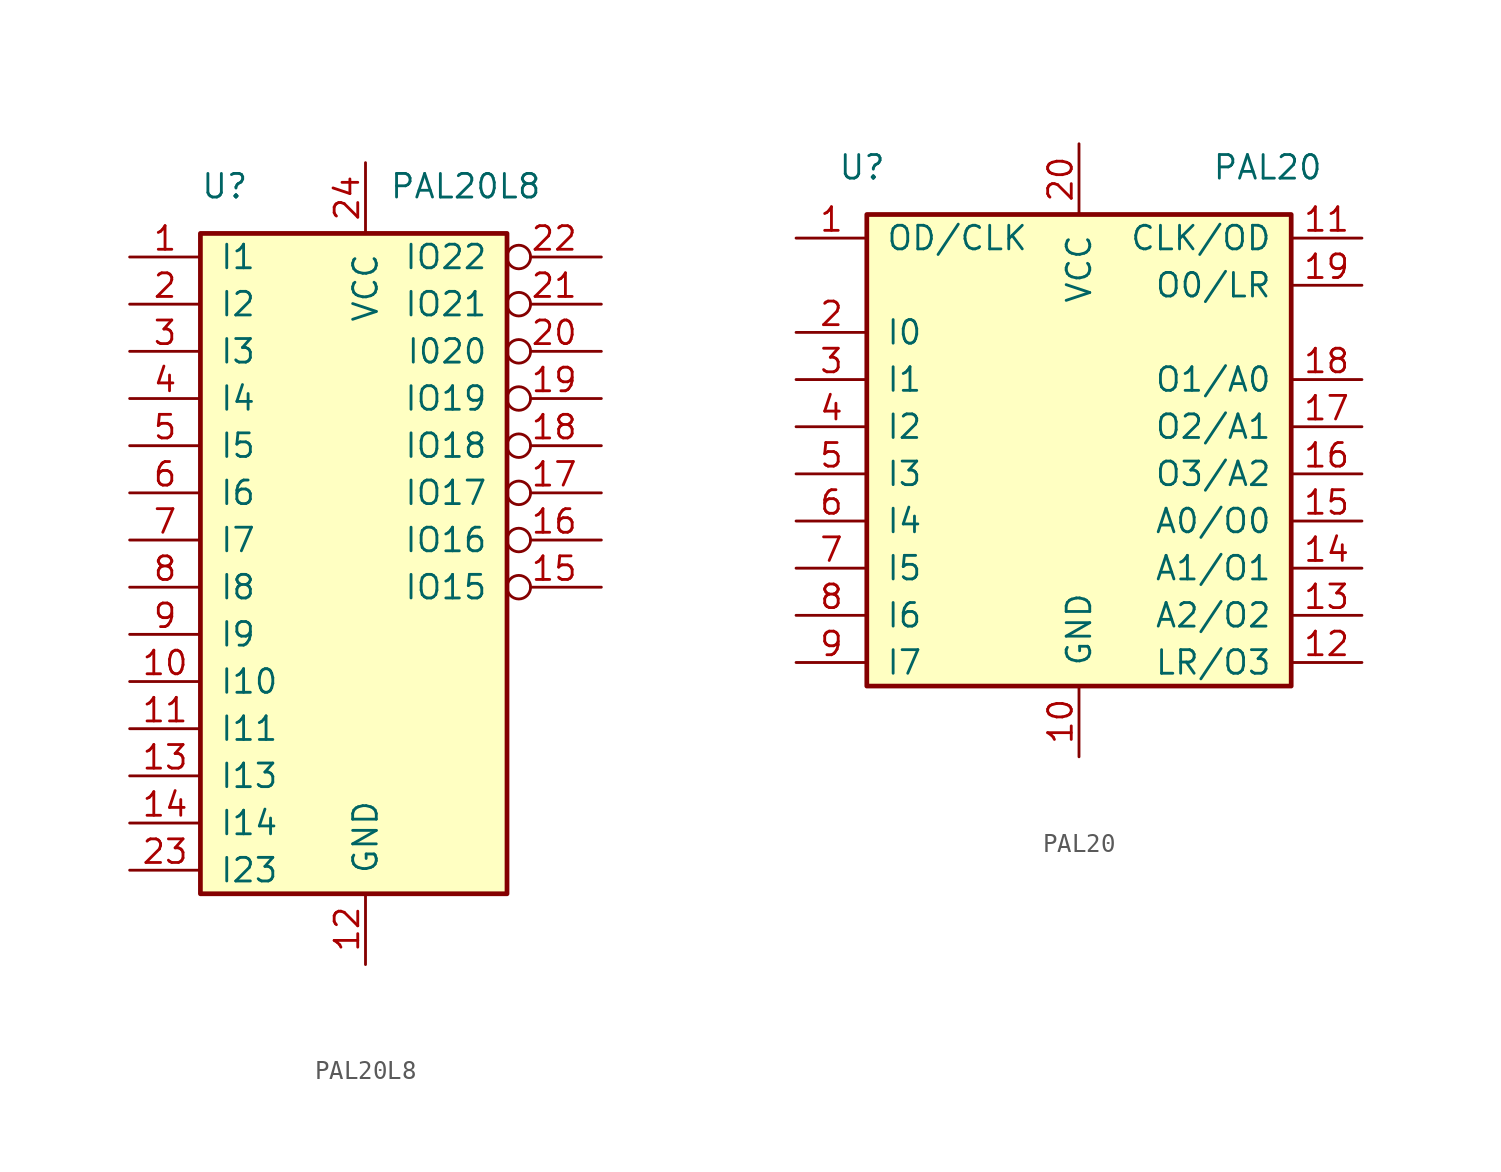
<source format=kicad_sym>
(kicad_symbol_lib
  (version 20211014)
  (generator kicad_symbol_editor)
  (symbol "PAL20L8"
    (pin_names
      (offset 1.016))
    (property "Reference" "U"
      (at -8.89 21.59 0)
      (effects (font (size 1.27 1.27)) (justify left)))
    (property "Value" "PAL20L8"
      (at 1.27 21.59 0)
      (effects (font (size 1.27 1.27)) (justify left)))
    (symbol "PAL20L8_0_0"
      (pin power_in line (at 0 -20.32 90) (length 3.81) (name "GND" (effects (font (size 1.27 1.27)))) (number "12" (effects (font (size 1.27 1.27)))))
      (pin power_in line (at 0 22.86 270) (length 3.81) (name "VCC" (effects (font (size 1.27 1.27)))) (number "24" (effects (font (size 1.27 1.27))))))
    (symbol "PAL20L8_0_1"
      (rectangle (start -8.89 19.05) (end 7.62 -16.51) (stroke (width 0.254) (type default) (color 0 0 0 0)) (fill (type background))))
    (symbol "PAL20L8_1_1"
      (pin input line (at -12.7 17.78 0) (length 3.81) (name "I1" (effects (font (size 1.27 1.27)))) (number "1" (effects (font (size 1.27 1.27)))))
      (pin input line (at -12.7 -5.08 0) (length 3.81) (name "I10" (effects (font (size 1.27 1.27)))) (number "10" (effects (font (size 1.27 1.27)))))
      (pin input line (at -12.7 -7.62 0) (length 3.81) (name "I11" (effects (font (size 1.27 1.27)))) (number "11" (effects (font (size 1.27 1.27)))))
      (pin input line (at -12.7 -10.16 0) (length 3.81) (name "I13" (effects (font (size 1.27 1.27)))) (number "13" (effects (font (size 1.27 1.27)))))
      (pin input line (at -12.7 -12.7 0) (length 3.81) (name "I14" (effects (font (size 1.27 1.27)))) (number "14" (effects (font (size 1.27 1.27)))))
      (pin tri_state inverted (at 12.7 0 180) (length 5.08) (name "IO15" (effects (font (size 1.27 1.27)))) (number "15" (effects (font (size 1.27 1.27)))))
      (pin tri_state inverted (at 12.7 2.54 180) (length 5.08) (name "IO16" (effects (font (size 1.27 1.27)))) (number "16" (effects (font (size 1.27 1.27)))))
      (pin tri_state inverted (at 12.7 5.08 180) (length 5.08) (name "IO17" (effects (font (size 1.27 1.27)))) (number "17" (effects (font (size 1.27 1.27)))))
      (pin tri_state inverted (at 12.7 7.62 180) (length 5.08) (name "IO18" (effects (font (size 1.27 1.27)))) (number "18" (effects (font (size 1.27 1.27)))))
      (pin tri_state inverted (at 12.7 10.16 180) (length 5.08) (name "IO19" (effects (font (size 1.27 1.27)))) (number "19" (effects (font (size 1.27 1.27)))))
      (pin input line (at -12.7 15.24 0) (length 3.81) (name "I2" (effects (font (size 1.27 1.27)))) (number "2" (effects (font (size 1.27 1.27)))))
      (pin tri_state inverted (at 12.7 12.7 180) (length 5.08) (name "I020" (effects (font (size 1.27 1.27)))) (number "20" (effects (font (size 1.27 1.27)))))
      (pin tri_state inverted (at 12.7 15.24 180) (length 5.08) (name "IO21" (effects (font (size 1.27 1.27)))) (number "21" (effects (font (size 1.27 1.27)))))
      (pin tri_state inverted (at 12.7 17.78 180) (length 5.08) (name "IO22" (effects (font (size 1.27 1.27)))) (number "22" (effects (font (size 1.27 1.27)))))
      (pin input line (at -12.7 -15.24 0) (length 3.81) (name "I23" (effects (font (size 1.27 1.27)))) (number "23" (effects (font (size 1.27 1.27)))))
      (pin input line (at -12.7 12.7 0) (length 3.81) (name "I3" (effects (font (size 1.27 1.27)))) (number "3" (effects (font (size 1.27 1.27)))))
      (pin input line (at -12.7 10.16 0) (length 3.81) (name "I4" (effects (font (size 1.27 1.27)))) (number "4" (effects (font (size 1.27 1.27)))))
      (pin input line (at -12.7 7.62 0) (length 3.81) (name "I5" (effects (font (size 1.27 1.27)))) (number "5" (effects (font (size 1.27 1.27)))))
      (pin input line (at -12.7 5.08 0) (length 3.81) (name "I6" (effects (font (size 1.27 1.27)))) (number "6" (effects (font (size 1.27 1.27)))))
      (pin input line (at -12.7 2.54 0) (length 3.81) (name "I7" (effects (font (size 1.27 1.27)))) (number "7" (effects (font (size 1.27 1.27)))))
      (pin input line (at -12.7 0 0) (length 3.81) (name "I8" (effects (font (size 1.27 1.27)))) (number "8" (effects (font (size 1.27 1.27)))))
      (pin input line (at -12.7 -2.54 0) (length 3.81) (name "I9" (effects (font (size 1.27 1.27)))) (number "9" (effects (font (size 1.27 1.27)))))))
  (symbol "PAL20"
    (pin_names
      (offset 1.016))
    (property "Reference" "U"
      (at -11.684 16.51 0)
      (effects (font (size 1.27 1.27))))
    (property "Value" "PAL20"
      (at 10.16 16.51 0)
      (effects (font (size 1.27 1.27))))
    (symbol "PAL20_0_1"
      (rectangle (start -11.43 -11.43) (end 11.43 13.97) (stroke (width 0.254) (type default) (color 0 0 0 0)) (fill (type background))))
    (symbol "PAL20_1_1"
      (pin passive line (at -15.24 12.7 0) (length 3.81) (name "OD/CLK" (effects (font (size 1.27 1.27)))) (number "1" (effects (font (size 1.27 1.27)))))
      (pin passive line (at 0 -15.24 90) (length 3.81) (name "GND" (effects (font (size 1.27 1.27)))) (number "10" (effects (font (size 1.27 1.27)))))
      (pin passive line (at 15.24 12.7 180) (length 3.81) (name "CLK/OD" (effects (font (size 1.27 1.27)))) (number "11" (effects (font (size 1.27 1.27)))))
      (pin passive line (at 15.24 -10.16 180) (length 3.81) (name "LR/O3" (effects (font (size 1.27 1.27)))) (number "12" (effects (font (size 1.27 1.27)))))
      (pin passive line (at 15.24 -7.62 180) (length 3.81) (name "A2/O2" (effects (font (size 1.27 1.27)))) (number "13" (effects (font (size 1.27 1.27)))))
      (pin passive line (at 15.24 -5.08 180) (length 3.81) (name "A1/O1" (effects (font (size 1.27 1.27)))) (number "14" (effects (font (size 1.27 1.27)))))
      (pin passive line (at 15.24 -2.54 180) (length 3.81) (name "A0/O0" (effects (font (size 1.27 1.27)))) (number "15" (effects (font (size 1.27 1.27)))))
      (pin passive line (at 15.24 0 180) (length 3.81) (name "O3/A2" (effects (font (size 1.27 1.27)))) (number "16" (effects (font (size 1.27 1.27)))))
      (pin passive line (at 15.24 2.54 180) (length 3.81) (name "O2/A1" (effects (font (size 1.27 1.27)))) (number "17" (effects (font (size 1.27 1.27)))))
      (pin passive line (at 15.24 5.08 180) (length 3.81) (name "O1/A0" (effects (font (size 1.27 1.27)))) (number "18" (effects (font (size 1.27 1.27)))))
      (pin passive line (at 15.24 10.16 180) (length 3.81) (name "O0/LR" (effects (font (size 1.27 1.27)))) (number "19" (effects (font (size 1.27 1.27)))))
      (pin passive line (at -15.24 7.62 0) (length 3.81) (name "I0" (effects (font (size 1.27 1.27)))) (number "2" (effects (font (size 1.27 1.27)))))
      (pin passive line (at 0 17.78 270) (length 3.81) (name "VCC" (effects (font (size 1.27 1.27)))) (number "20" (effects (font (size 1.27 1.27)))))
      (pin passive line (at -15.24 5.08 0) (length 3.81) (name "I1" (effects (font (size 1.27 1.27)))) (number "3" (effects (font (size 1.27 1.27)))))
      (pin passive line (at -15.24 2.54 0) (length 3.81) (name "I2" (effects (font (size 1.27 1.27)))) (number "4" (effects (font (size 1.27 1.27)))))
      (pin passive line (at -15.24 0 0) (length 3.81) (name "I3" (effects (font (size 1.27 1.27)))) (number "5" (effects (font (size 1.27 1.27)))))
      (pin passive line (at -15.24 -2.54 0) (length 3.81) (name "I4" (effects (font (size 1.27 1.27)))) (number "6" (effects (font (size 1.27 1.27)))))
      (pin passive line (at -15.24 -5.08 0) (length 3.81) (name "I5" (effects (font (size 1.27 1.27)))) (number "7" (effects (font (size 1.27 1.27)))))
      (pin passive line (at -15.24 -7.62 0) (length 3.81) (name "I6" (effects (font (size 1.27 1.27)))) (number "8" (effects (font (size 1.27 1.27)))))
      (pin passive line (at -15.24 -10.16 0) (length 3.81) (name "I7" (effects (font (size 1.27 1.27)))) (number "9" (effects (font (size 1.27 1.27))))))))
</source>
